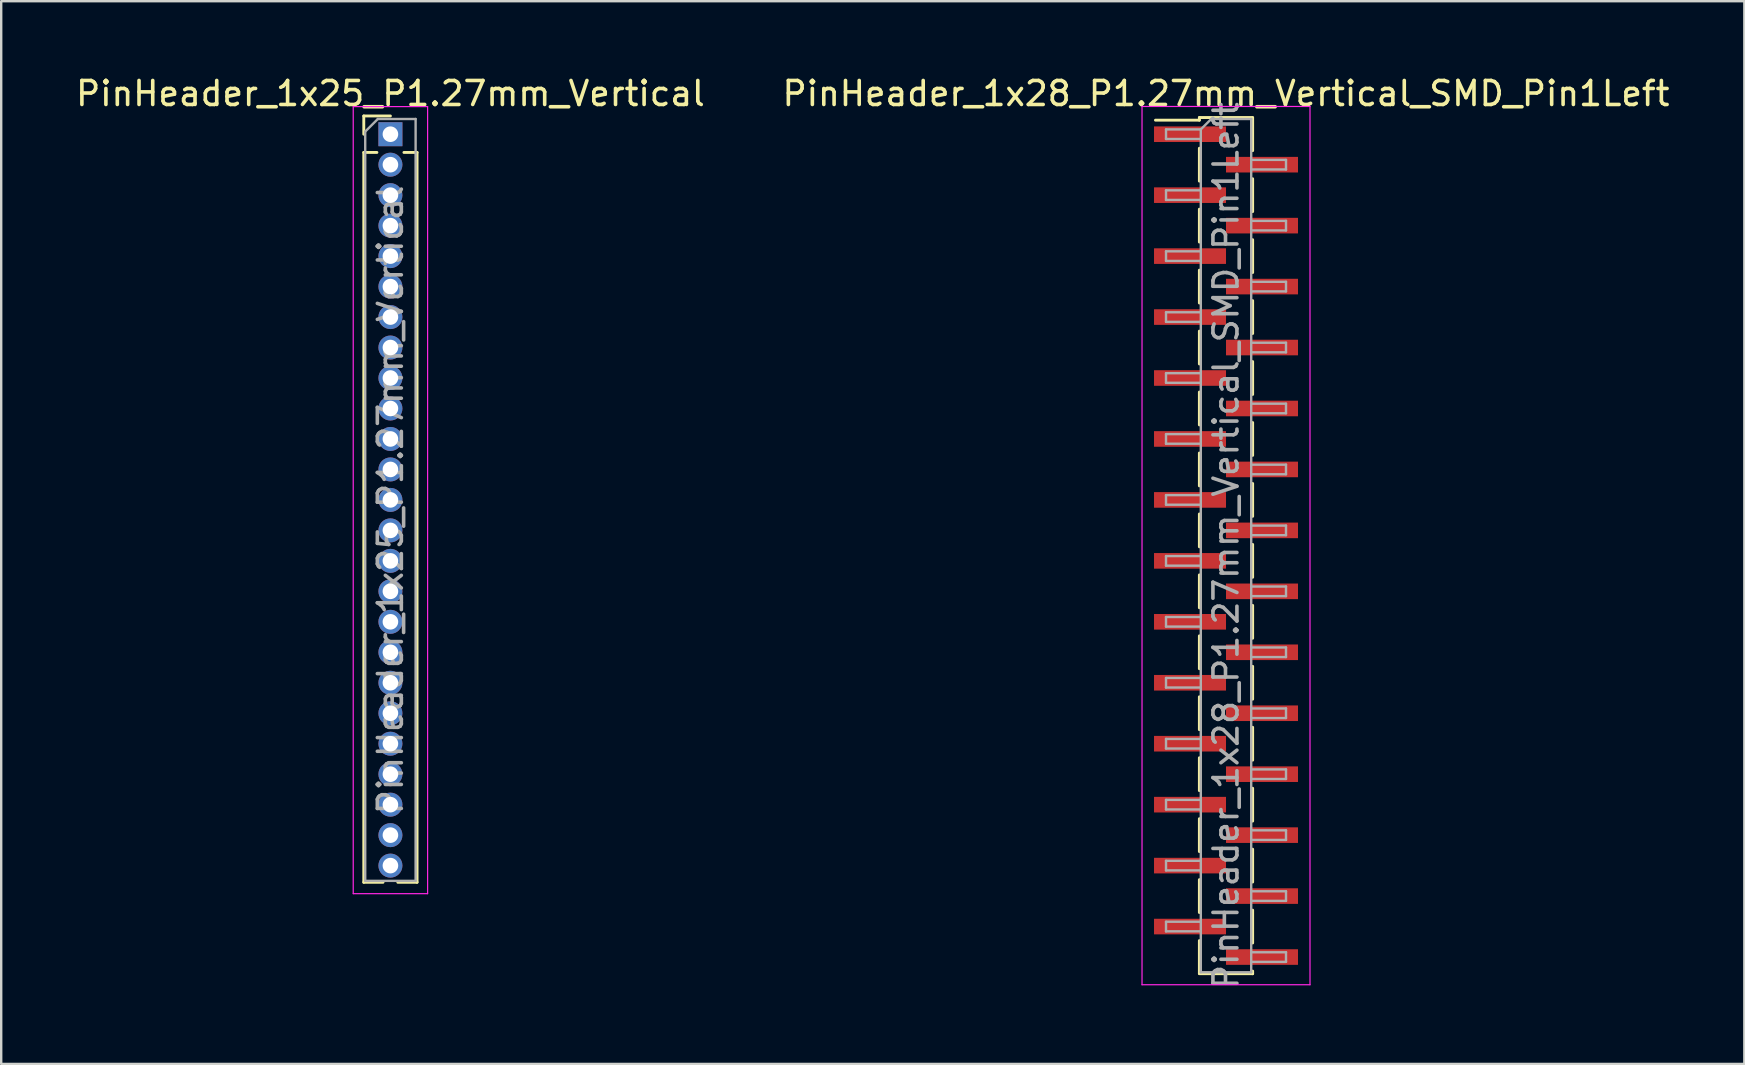
<source format=kicad_pcb>
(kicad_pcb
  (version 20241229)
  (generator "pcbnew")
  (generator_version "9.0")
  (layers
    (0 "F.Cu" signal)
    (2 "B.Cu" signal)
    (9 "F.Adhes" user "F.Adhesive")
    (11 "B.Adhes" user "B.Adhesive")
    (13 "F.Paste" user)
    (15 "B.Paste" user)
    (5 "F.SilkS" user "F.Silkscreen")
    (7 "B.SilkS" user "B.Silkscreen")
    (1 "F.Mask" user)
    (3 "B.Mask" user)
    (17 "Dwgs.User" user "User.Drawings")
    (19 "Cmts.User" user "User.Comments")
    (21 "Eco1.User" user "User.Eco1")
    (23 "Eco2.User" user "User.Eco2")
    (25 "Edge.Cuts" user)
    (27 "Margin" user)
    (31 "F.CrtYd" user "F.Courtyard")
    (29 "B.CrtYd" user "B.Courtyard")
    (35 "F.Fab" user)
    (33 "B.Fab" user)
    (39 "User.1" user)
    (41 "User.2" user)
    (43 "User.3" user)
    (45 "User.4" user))
  (footprint "PinHeader_1x28_P1.27mm_Vertical_SMD_Pin1Left"
    (layer "F.Cu")
    (at 48.042 19.688)
    (property "Reference" "PinHeader_1x28_P1.27mm_Vertical_SMD_Pin1Left" (at 0 -18.84 0) (layer "F.SilkS") (effects (font (size 1 1) (thickness 0.15))))
    (attr smd)
    (fp_line (start -1.11 -17.84) (end -1.11 -17.73) (stroke (width 0.12) (type solid)) (layer "F.SilkS"))
    (fp_line (start -1.11 -17.84) (end 1.11 -17.84) (stroke (width 0.12) (type solid)) (layer "F.SilkS"))
    (fp_line (start -1.11 -17.73) (end -2.94 -17.73) (stroke (width 0.12) (type solid)) (layer "F.SilkS"))
    (fp_line (start -1.11 -16.56) (end -1.11 -15.19) (stroke (width 0.12) (type solid)) (layer "F.SilkS"))
    (fp_line (start -1.11 -14.02) (end -1.11 -12.65) (stroke (width 0.12) (type solid)) (layer "F.SilkS"))
    (fp_line (start -1.11 -11.48) (end -1.11 -10.11) (stroke (width 0.12) (type solid)) (layer "F.SilkS"))
    (fp_line (start -1.11 -8.94) (end -1.11 -7.57) (stroke (width 0.12) (type solid)) (layer "F.SilkS"))
    (fp_line (start -1.11 -6.4) (end -1.11 -5.03) (stroke (width 0.12) (type solid)) (layer "F.SilkS"))
    (fp_line (start -1.11 -3.86) (end -1.11 -2.49) (stroke (width 0.12) (type solid)) (layer "F.SilkS"))
    (fp_line (start -1.11 -1.32) (end -1.11 0.05) (stroke (width 0.12) (type solid)) (layer "F.SilkS"))
    (fp_line (start -1.11 1.22) (end -1.11 2.59) (stroke (width 0.12) (type solid)) (layer "F.SilkS"))
    (fp_line (start -1.11 3.76) (end -1.11 5.13) (stroke (width 0.12) (type solid)) (layer "F.SilkS"))
    (fp_line (start -1.11 6.3) (end -1.11 7.67) (stroke (width 0.12) (type solid)) (layer "F.SilkS"))
    (fp_line (start -1.11 8.84) (end -1.11 10.21) (stroke (width 0.12) (type solid)) (layer "F.SilkS"))
    (fp_line (start -1.11 11.38) (end -1.11 12.75) (stroke (width 0.12) (type solid)) (layer "F.SilkS"))
    (fp_line (start -1.11 13.92) (end -1.11 15.29) (stroke (width 0.12) (type solid)) (layer "F.SilkS"))
    (fp_line (start -1.11 16.46) (end -1.11 17.83) (stroke (width 0.12) (type solid)) (layer "F.SilkS"))
    (fp_line (start -1.11 17.84) (end 1.11 17.84) (stroke (width 0.12) (type solid)) (layer "F.SilkS"))
    (fp_line (start 1.11 -17.83) (end 1.11 -16.46) (stroke (width 0.12) (type solid)) (layer "F.SilkS"))
    (fp_line (start 1.11 -15.29) (end 1.11 -13.92) (stroke (width 0.12) (type solid)) (layer "F.SilkS"))
    (fp_line (start 1.11 -12.75) (end 1.11 -11.38) (stroke (width 0.12) (type solid)) (layer "F.SilkS"))
    (fp_line (start 1.11 -10.21) (end 1.11 -8.84) (stroke (width 0.12) (type solid)) (layer "F.SilkS"))
    (fp_line (start 1.11 -7.67) (end 1.11 -6.3) (stroke (width 0.12) (type solid)) (layer "F.SilkS"))
    (fp_line (start 1.11 -5.13) (end 1.11 -3.76) (stroke (width 0.12) (type solid)) (layer "F.SilkS"))
    (fp_line (start 1.11 -2.59) (end 1.11 -1.22) (stroke (width 0.12) (type solid)) (layer "F.SilkS"))
    (fp_line (start 1.11 -0.05) (end 1.11 1.32) (stroke (width 0.12) (type solid)) (layer "F.SilkS"))
    (fp_line (start 1.11 2.49) (end 1.11 3.86) (stroke (width 0.12) (type solid)) (layer "F.SilkS"))
    (fp_line (start 1.11 5.03) (end 1.11 6.4) (stroke (width 0.12) (type solid)) (layer "F.SilkS"))
    (fp_line (start 1.11 7.57) (end 1.11 8.94) (stroke (width 0.12) (type solid)) (layer "F.SilkS"))
    (fp_line (start 1.11 10.11) (end 1.11 11.48) (stroke (width 0.12) (type solid)) (layer "F.SilkS"))
    (fp_line (start 1.11 12.65) (end 1.11 14.02) (stroke (width 0.12) (type solid)) (layer "F.SilkS"))
    (fp_line (start 1.11 15.19) (end 1.11 16.56) (stroke (width 0.12) (type solid)) (layer "F.SilkS"))
    (fp_line (start 1.11 17.73) (end 1.11 17.84) (stroke (width 0.12) (type solid)) (layer "F.SilkS"))
    (fp_line (start -3.5 -18.3) (end -3.5 18.3) (stroke (width 0.05) (type solid)) (layer "F.CrtYd"))
    (fp_line (start -3.5 18.3) (end 3.5 18.3) (stroke (width 0.05) (type solid)) (layer "F.CrtYd"))
    (fp_line (start 3.5 -18.3) (end -3.5 -18.3) (stroke (width 0.05) (type solid)) (layer "F.CrtYd"))
    (fp_line (start 3.5 18.3) (end 3.5 -18.3) (stroke (width 0.05) (type solid)) (layer "F.CrtYd"))
    (fp_line (start -2.5 -17.345) (end -2.5 -16.945) (stroke (width 0.1) (type solid)) (layer "F.Fab"))
    (fp_line (start -2.5 -16.945) (end -1.05 -16.945) (stroke (width 0.1) (type solid)) (layer "F.Fab"))
    (fp_line (start -2.5 -14.805) (end -2.5 -14.405) (stroke (width 0.1) (type solid)) (layer "F.Fab"))
    (fp_line (start -2.5 -14.405) (end -1.05 -14.405) (stroke (width 0.1) (type solid)) (layer "F.Fab"))
    (fp_line (start -2.5 -12.265) (end -2.5 -11.865) (stroke (width 0.1) (type solid)) (layer "F.Fab"))
    (fp_line (start -2.5 -11.865) (end -1.05 -11.865) (stroke (width 0.1) (type solid)) (layer "F.Fab"))
    (fp_line (start -2.5 -9.725) (end -2.5 -9.325) (stroke (width 0.1) (type solid)) (layer "F.Fab"))
    (fp_line (start -2.5 -9.325) (end -1.05 -9.325) (stroke (width 0.1) (type solid)) (layer "F.Fab"))
    (fp_line (start -2.5 -7.185) (end -2.5 -6.785) (stroke (width 0.1) (type solid)) (layer "F.Fab"))
    (fp_line (start -2.5 -6.785) (end -1.05 -6.785) (stroke (width 0.1) (type solid)) (layer "F.Fab"))
    (fp_line (start -2.5 -4.645) (end -2.5 -4.245) (stroke (width 0.1) (type solid)) (layer "F.Fab"))
    (fp_line (start -2.5 -4.245) (end -1.05 -4.245) (stroke (width 0.1) (type solid)) (layer "F.Fab"))
    (fp_line (start -2.5 -2.105) (end -2.5 -1.705) (stroke (width 0.1) (type solid)) (layer "F.Fab"))
    (fp_line (start -2.5 -1.705) (end -1.05 -1.705) (stroke (width 0.1) (type solid)) (layer "F.Fab"))
    (fp_line (start -2.5 0.435) (end -2.5 0.835) (stroke (width 0.1) (type solid)) (layer "F.Fab"))
    (fp_line (start -2.5 0.835) (end -1.05 0.835) (stroke (width 0.1) (type solid)) (layer "F.Fab"))
    (fp_line (start -2.5 2.975) (end -2.5 3.375) (stroke (width 0.1) (type solid)) (layer "F.Fab"))
    (fp_line (start -2.5 3.375) (end -1.05 3.375) (stroke (width 0.1) (type solid)) (layer "F.Fab"))
    (fp_line (start -2.5 5.515) (end -2.5 5.915) (stroke (width 0.1) (type solid)) (layer "F.Fab"))
    (fp_line (start -2.5 5.915) (end -1.05 5.915) (stroke (width 0.1) (type solid)) (layer "F.Fab"))
    (fp_line (start -2.5 8.055) (end -2.5 8.455) (stroke (width 0.1) (type solid)) (layer "F.Fab"))
    (fp_line (start -2.5 8.455) (end -1.05 8.455) (stroke (width 0.1) (type solid)) (layer "F.Fab"))
    (fp_line (start -2.5 10.595) (end -2.5 10.995) (stroke (width 0.1) (type solid)) (layer "F.Fab"))
    (fp_line (start -2.5 10.995) (end -1.05 10.995) (stroke (width 0.1) (type solid)) (layer "F.Fab"))
    (fp_line (start -2.5 13.135) (end -2.5 13.535) (stroke (width 0.1) (type solid)) (layer "F.Fab"))
    (fp_line (start -2.5 13.535) (end -1.05 13.535) (stroke (width 0.1) (type solid)) (layer "F.Fab"))
    (fp_line (start -2.5 15.675) (end -2.5 16.075) (stroke (width 0.1) (type solid)) (layer "F.Fab"))
    (fp_line (start -2.5 16.075) (end -1.05 16.075) (stroke (width 0.1) (type solid)) (layer "F.Fab"))
    (fp_line (start -1.05 -17.345) (end -2.5 -17.345) (stroke (width 0.1) (type solid)) (layer "F.Fab"))
    (fp_line (start -1.05 -17.345) (end -0.615 -17.78) (stroke (width 0.1) (type solid)) (layer "F.Fab"))
    (fp_line (start -1.05 -14.805) (end -2.5 -14.805) (stroke (width 0.1) (type solid)) (layer "F.Fab"))
    (fp_line (start -1.05 -12.265) (end -2.5 -12.265) (stroke (width 0.1) (type solid)) (layer "F.Fab"))
    (fp_line (start -1.05 -9.725) (end -2.5 -9.725) (stroke (width 0.1) (type solid)) (layer "F.Fab"))
    (fp_line (start -1.05 -7.185) (end -2.5 -7.185) (stroke (width 0.1) (type solid)) (layer "F.Fab"))
    (fp_line (start -1.05 -4.645) (end -2.5 -4.645) (stroke (width 0.1) (type solid)) (layer "F.Fab"))
    (fp_line (start -1.05 -2.105) (end -2.5 -2.105) (stroke (width 0.1) (type solid)) (layer "F.Fab"))
    (fp_line (start -1.05 0.435) (end -2.5 0.435) (stroke (width 0.1) (type solid)) (layer "F.Fab"))
    (fp_line (start -1.05 2.975) (end -2.5 2.975) (stroke (width 0.1) (type solid)) (layer "F.Fab"))
    (fp_line (start -1.05 5.515) (end -2.5 5.515) (stroke (width 0.1) (type solid)) (layer "F.Fab"))
    (fp_line (start -1.05 8.055) (end -2.5 8.055) (stroke (width 0.1) (type solid)) (layer "F.Fab"))
    (fp_line (start -1.05 10.595) (end -2.5 10.595) (stroke (width 0.1) (type solid)) (layer "F.Fab"))
    (fp_line (start -1.05 13.135) (end -2.5 13.135) (stroke (width 0.1) (type solid)) (layer "F.Fab"))
    (fp_line (start -1.05 15.675) (end -2.5 15.675) (stroke (width 0.1) (type solid)) (layer "F.Fab"))
    (fp_line (start -1.05 17.78) (end -1.05 -17.345) (stroke (width 0.1) (type solid)) (layer "F.Fab"))
    (fp_line (start -0.615 -17.78) (end 1.05 -17.78) (stroke (width 0.1) (type solid)) (layer "F.Fab"))
    (fp_line (start 1.05 -17.78) (end 1.05 17.78) (stroke (width 0.1) (type solid)) (layer "F.Fab"))
    (fp_line (start 1.05 -16.075) (end 2.5 -16.075) (stroke (width 0.1) (type solid)) (layer "F.Fab"))
    (fp_line (start 1.05 -13.535) (end 2.5 -13.535) (stroke (width 0.1) (type solid)) (layer "F.Fab"))
    (fp_line (start 1.05 -10.995) (end 2.5 -10.995) (stroke (width 0.1) (type solid)) (layer "F.Fab"))
    (fp_line (start 1.05 -8.455) (end 2.5 -8.455) (stroke (width 0.1) (type solid)) (layer "F.Fab"))
    (fp_line (start 1.05 -5.915) (end 2.5 -5.915) (stroke (width 0.1) (type solid)) (layer "F.Fab"))
    (fp_line (start 1.05 -3.375) (end 2.5 -3.375) (stroke (width 0.1) (type solid)) (layer "F.Fab"))
    (fp_line (start 1.05 -0.835) (end 2.5 -0.835) (stroke (width 0.1) (type solid)) (layer "F.Fab"))
    (fp_line (start 1.05 1.705) (end 2.5 1.705) (stroke (width 0.1) (type solid)) (layer "F.Fab"))
    (fp_line (start 1.05 4.245) (end 2.5 4.245) (stroke (width 0.1) (type solid)) (layer "F.Fab"))
    (fp_line (start 1.05 6.785) (end 2.5 6.785) (stroke (width 0.1) (type solid)) (layer "F.Fab"))
    (fp_line (start 1.05 9.325) (end 2.5 9.325) (stroke (width 0.1) (type solid)) (layer "F.Fab"))
    (fp_line (start 1.05 11.865) (end 2.5 11.865) (stroke (width 0.1) (type solid)) (layer "F.Fab"))
    (fp_line (start 1.05 14.405) (end 2.5 14.405) (stroke (width 0.1) (type solid)) (layer "F.Fab"))
    (fp_line (start 1.05 16.945) (end 2.5 16.945) (stroke (width 0.1) (type solid)) (layer "F.Fab"))
    (fp_line (start 1.05 17.78) (end -1.05 17.78) (stroke (width 0.1) (type solid)) (layer "F.Fab"))
    (fp_line (start 2.5 -16.075) (end 2.5 -15.675) (stroke (width 0.1) (type solid)) (layer "F.Fab"))
    (fp_line (start 2.5 -15.675) (end 1.05 -15.675) (stroke (width 0.1) (type solid)) (layer "F.Fab"))
    (fp_line (start 2.5 -13.535) (end 2.5 -13.135) (stroke (width 0.1) (type solid)) (layer "F.Fab"))
    (fp_line (start 2.5 -13.135) (end 1.05 -13.135) (stroke (width 0.1) (type solid)) (layer "F.Fab"))
    (fp_line (start 2.5 -10.995) (end 2.5 -10.595) (stroke (width 0.1) (type solid)) (layer "F.Fab"))
    (fp_line (start 2.5 -10.595) (end 1.05 -10.595) (stroke (width 0.1) (type solid)) (layer "F.Fab"))
    (fp_line (start 2.5 -8.455) (end 2.5 -8.055) (stroke (width 0.1) (type solid)) (layer "F.Fab"))
    (fp_line (start 2.5 -8.055) (end 1.05 -8.055) (stroke (width 0.1) (type solid)) (layer "F.Fab"))
    (fp_line (start 2.5 -5.915) (end 2.5 -5.515) (stroke (width 0.1) (type solid)) (layer "F.Fab"))
    (fp_line (start 2.5 -5.515) (end 1.05 -5.515) (stroke (width 0.1) (type solid)) (layer "F.Fab"))
    (fp_line (start 2.5 -3.375) (end 2.5 -2.975) (stroke (width 0.1) (type solid)) (layer "F.Fab"))
    (fp_line (start 2.5 -2.975) (end 1.05 -2.975) (stroke (width 0.1) (type solid)) (layer "F.Fab"))
    (fp_line (start 2.5 -0.835) (end 2.5 -0.435) (stroke (width 0.1) (type solid)) (layer "F.Fab"))
    (fp_line (start 2.5 -0.435) (end 1.05 -0.435) (stroke (width 0.1) (type solid)) (layer "F.Fab"))
    (fp_line (start 2.5 1.705) (end 2.5 2.105) (stroke (width 0.1) (type solid)) (layer "F.Fab"))
    (fp_line (start 2.5 2.105) (end 1.05 2.105) (stroke (width 0.1) (type solid)) (layer "F.Fab"))
    (fp_line (start 2.5 4.245) (end 2.5 4.645) (stroke (width 0.1) (type solid)) (layer "F.Fab"))
    (fp_line (start 2.5 4.645) (end 1.05 4.645) (stroke (width 0.1) (type solid)) (layer "F.Fab"))
    (fp_line (start 2.5 6.785) (end 2.5 7.185) (stroke (width 0.1) (type solid)) (layer "F.Fab"))
    (fp_line (start 2.5 7.185) (end 1.05 7.185) (stroke (width 0.1) (type solid)) (layer "F.Fab"))
    (fp_line (start 2.5 9.325) (end 2.5 9.725) (stroke (width 0.1) (type solid)) (layer "F.Fab"))
    (fp_line (start 2.5 9.725) (end 1.05 9.725) (stroke (width 0.1) (type solid)) (layer "F.Fab"))
    (fp_line (start 2.5 11.865) (end 2.5 12.265) (stroke (width 0.1) (type solid)) (layer "F.Fab"))
    (fp_line (start 2.5 12.265) (end 1.05 12.265) (stroke (width 0.1) (type solid)) (layer "F.Fab"))
    (fp_line (start 2.5 14.405) (end 2.5 14.805) (stroke (width 0.1) (type solid)) (layer "F.Fab"))
    (fp_line (start 2.5 14.805) (end 1.05 14.805) (stroke (width 0.1) (type solid)) (layer "F.Fab"))
    (fp_line (start 2.5 16.945) (end 2.5 17.345) (stroke (width 0.1) (type solid)) (layer "F.Fab"))
    (fp_line (start 2.5 17.345) (end 1.05 17.345) (stroke (width 0.1) (type solid)) (layer "F.Fab"))
    (fp_text user "${REFERENCE}" (at 0 0 90) (layer "F.Fab") (effects (font (size 1 1) (thickness 0.15))))
    (pad "1" smd rect (at -1.5 -17.145) (size 3 0.65) (layers "F.Cu" "F.Mask" "F.Paste"))
    (pad "2" smd rect (at 1.5 -15.875) (size 3 0.65) (layers "F.Cu" "F.Mask" "F.Paste"))
    (pad "3" smd rect (at -1.5 -14.605) (size 3 0.65) (layers "F.Cu" "F.Mask" "F.Paste"))
    (pad "4" smd rect (at 1.5 -13.335) (size 3 0.65) (layers "F.Cu" "F.Mask" "F.Paste"))
    (pad "5" smd rect (at -1.5 -12.065) (size 3 0.65) (layers "F.Cu" "F.Mask" "F.Paste"))
    (pad "6" smd rect (at 1.5 -10.795) (size 3 0.65) (layers "F.Cu" "F.Mask" "F.Paste"))
    (pad "7" smd rect (at -1.5 -9.525) (size 3 0.65) (layers "F.Cu" "F.Mask" "F.Paste"))
    (pad "8" smd rect (at 1.5 -8.255) (size 3 0.65) (layers "F.Cu" "F.Mask" "F.Paste"))
    (pad "9" smd rect (at -1.5 -6.985) (size 3 0.65) (layers "F.Cu" "F.Mask" "F.Paste"))
    (pad "10" smd rect (at 1.5 -5.715) (size 3 0.65) (layers "F.Cu" "F.Mask" "F.Paste"))
    (pad "11" smd rect (at -1.5 -4.445) (size 3 0.65) (layers "F.Cu" "F.Mask" "F.Paste"))
    (pad "12" smd rect (at 1.5 -3.175) (size 3 0.65) (layers "F.Cu" "F.Mask" "F.Paste"))
    (pad "13" smd rect (at -1.5 -1.905) (size 3 0.65) (layers "F.Cu" "F.Mask" "F.Paste"))
    (pad "14" smd rect (at 1.5 -0.635) (size 3 0.65) (layers "F.Cu" "F.Mask" "F.Paste"))
    (pad "15" smd rect (at -1.5 0.635) (size 3 0.65) (layers "F.Cu" "F.Mask" "F.Paste"))
    (pad "16" smd rect (at 1.5 1.905) (size 3 0.65) (layers "F.Cu" "F.Mask" "F.Paste"))
    (pad "17" smd rect (at -1.5 3.175) (size 3 0.65) (layers "F.Cu" "F.Mask" "F.Paste"))
    (pad "18" smd rect (at 1.5 4.445) (size 3 0.65) (layers "F.Cu" "F.Mask" "F.Paste"))
    (pad "19" smd rect (at -1.5 5.715) (size 3 0.65) (layers "F.Cu" "F.Mask" "F.Paste"))
    (pad "20" smd rect (at 1.5 6.985) (size 3 0.65) (layers "F.Cu" "F.Mask" "F.Paste"))
    (pad "21" smd rect (at -1.5 8.255) (size 3 0.65) (layers "F.Cu" "F.Mask" "F.Paste"))
    (pad "22" smd rect (at 1.5 9.525) (size 3 0.65) (layers "F.Cu" "F.Mask" "F.Paste"))
    (pad "23" smd rect (at -1.5 10.795) (size 3 0.65) (layers "F.Cu" "F.Mask" "F.Paste"))
    (pad "24" smd rect (at 1.5 12.065) (size 3 0.65) (layers "F.Cu" "F.Mask" "F.Paste"))
    (pad "25" smd rect (at -1.5 13.335) (size 3 0.65) (layers "F.Cu" "F.Mask" "F.Paste"))
    (pad "26" smd rect (at 1.5 14.605) (size 3 0.65) (layers "F.Cu" "F.Mask" "F.Paste"))
    (pad "27" smd rect (at -1.5 15.875) (size 3 0.65) (layers "F.Cu" "F.Mask" "F.Paste"))
    (pad "28" smd rect (at 1.5 17.145) (size 3 0.65) (layers "F.Cu" "F.Mask" "F.Paste")))
  (footprint "PinHeader_1x25_P1.27mm_Vertical"
    (layer "F.Cu")
    (at 13.22 2.543)
    (property "Reference" "PinHeader_1x25_P1.27mm_Vertical" (at 0 -1.695 0) (layer "F.SilkS") (effects (font (size 1 1) (thickness 0.15))))
    (attr through_hole)
    (fp_line (start -1.11 -0.76) (end 0 -0.76) (stroke (width 0.12) (type solid)) (layer "F.SilkS"))
    (fp_line (start -1.11 0) (end -1.11 -0.76) (stroke (width 0.12) (type solid)) (layer "F.SilkS"))
    (fp_line (start -1.11 0.76) (end -1.11 31.175) (stroke (width 0.12) (type solid)) (layer "F.SilkS"))
    (fp_line (start -1.11 0.76) (end -0.563 0.76) (stroke (width 0.12) (type solid)) (layer "F.SilkS"))
    (fp_line (start -1.11 31.175) (end -0.308 31.175) (stroke (width 0.12) (type solid)) (layer "F.SilkS"))
    (fp_line (start 0.308 31.175) (end 1.11 31.175) (stroke (width 0.12) (type solid)) (layer "F.SilkS"))
    (fp_line (start 0.563 0.76) (end 1.11 0.76) (stroke (width 0.12) (type solid)) (layer "F.SilkS"))
    (fp_line (start 1.11 0.76) (end 1.11 31.175) (stroke (width 0.12) (type solid)) (layer "F.SilkS"))
    (fp_line (start -1.55 -1.15) (end -1.55 31.65) (stroke (width 0.05) (type solid)) (layer "F.CrtYd"))
    (fp_line (start -1.55 31.65) (end 1.55 31.65) (stroke (width 0.05) (type solid)) (layer "F.CrtYd"))
    (fp_line (start 1.55 -1.15) (end -1.55 -1.15) (stroke (width 0.05) (type solid)) (layer "F.CrtYd"))
    (fp_line (start 1.55 31.65) (end 1.55 -1.15) (stroke (width 0.05) (type solid)) (layer "F.CrtYd"))
    (fp_line (start -1.05 -0.11) (end -0.525 -0.635) (stroke (width 0.1) (type solid)) (layer "F.Fab"))
    (fp_line (start -1.05 31.115) (end -1.05 -0.11) (stroke (width 0.1) (type solid)) (layer "F.Fab"))
    (fp_line (start -0.525 -0.635) (end 1.05 -0.635) (stroke (width 0.1) (type solid)) (layer "F.Fab"))
    (fp_line (start 1.05 -0.635) (end 1.05 31.115) (stroke (width 0.1) (type solid)) (layer "F.Fab"))
    (fp_line (start 1.05 31.115) (end -1.05 31.115) (stroke (width 0.1) (type solid)) (layer "F.Fab"))
    (fp_text user "${REFERENCE}" (at 0 15.24 90) (layer "F.Fab") (effects (font (size 1 1) (thickness 0.15))))
    (pad "1" thru_hole rect (at 0 0) (size 1 1) (drill 0.65) (layers "*.Cu" "*.Mask"))
    (pad "2" thru_hole oval (at 0 1.27) (size 1 1) (drill 0.65) (layers "*.Cu" "*.Mask"))
    (pad "3" thru_hole oval (at 0 2.54) (size 1 1) (drill 0.65) (layers "*.Cu" "*.Mask"))
    (pad "4" thru_hole oval (at 0 3.81) (size 1 1) (drill 0.65) (layers "*.Cu" "*.Mask"))
    (pad "5" thru_hole oval (at 0 5.08) (size 1 1) (drill 0.65) (layers "*.Cu" "*.Mask"))
    (pad "6" thru_hole oval (at 0 6.35) (size 1 1) (drill 0.65) (layers "*.Cu" "*.Mask"))
    (pad "7" thru_hole oval (at 0 7.62) (size 1 1) (drill 0.65) (layers "*.Cu" "*.Mask"))
    (pad "8" thru_hole oval (at 0 8.89) (size 1 1) (drill 0.65) (layers "*.Cu" "*.Mask"))
    (pad "9" thru_hole oval (at 0 10.16) (size 1 1) (drill 0.65) (layers "*.Cu" "*.Mask"))
    (pad "10" thru_hole oval (at 0 11.43) (size 1 1) (drill 0.65) (layers "*.Cu" "*.Mask"))
    (pad "11" thru_hole oval (at 0 12.7) (size 1 1) (drill 0.65) (layers "*.Cu" "*.Mask"))
    (pad "12" thru_hole oval (at 0 13.97) (size 1 1) (drill 0.65) (layers "*.Cu" "*.Mask"))
    (pad "13" thru_hole oval (at 0 15.24) (size 1 1) (drill 0.65) (layers "*.Cu" "*.Mask"))
    (pad "14" thru_hole oval (at 0 16.51) (size 1 1) (drill 0.65) (layers "*.Cu" "*.Mask"))
    (pad "15" thru_hole oval (at 0 17.78) (size 1 1) (drill 0.65) (layers "*.Cu" "*.Mask"))
    (pad "16" thru_hole oval (at 0 19.05) (size 1 1) (drill 0.65) (layers "*.Cu" "*.Mask"))
    (pad "17" thru_hole oval (at 0 20.32) (size 1 1) (drill 0.65) (layers "*.Cu" "*.Mask"))
    (pad "18" thru_hole oval (at 0 21.59) (size 1 1) (drill 0.65) (layers "*.Cu" "*.Mask"))
    (pad "19" thru_hole oval (at 0 22.86) (size 1 1) (drill 0.65) (layers "*.Cu" "*.Mask"))
    (pad "20" thru_hole oval (at 0 24.13) (size 1 1) (drill 0.65) (layers "*.Cu" "*.Mask"))
    (pad "21" thru_hole oval (at 0 25.4) (size 1 1) (drill 0.65) (layers "*.Cu" "*.Mask"))
    (pad "22" thru_hole oval (at 0 26.67) (size 1 1) (drill 0.65) (layers "*.Cu" "*.Mask"))
    (pad "23" thru_hole oval (at 0 27.94) (size 1 1) (drill 0.65) (layers "*.Cu" "*.Mask"))
    (pad "24" thru_hole oval (at 0 29.21) (size 1 1) (drill 0.65) (layers "*.Cu" "*.Mask"))
    (pad "25" thru_hole oval (at 0 30.48) (size 1 1) (drill 0.65) (layers "*.Cu" "*.Mask")))
  (gr_rect
    (start -3 -3)
    (end 69.643 41.289)
    (stroke (width 0.1) (type default))
    (fill no)
    (layer "Edge.Cuts")))
</source>
